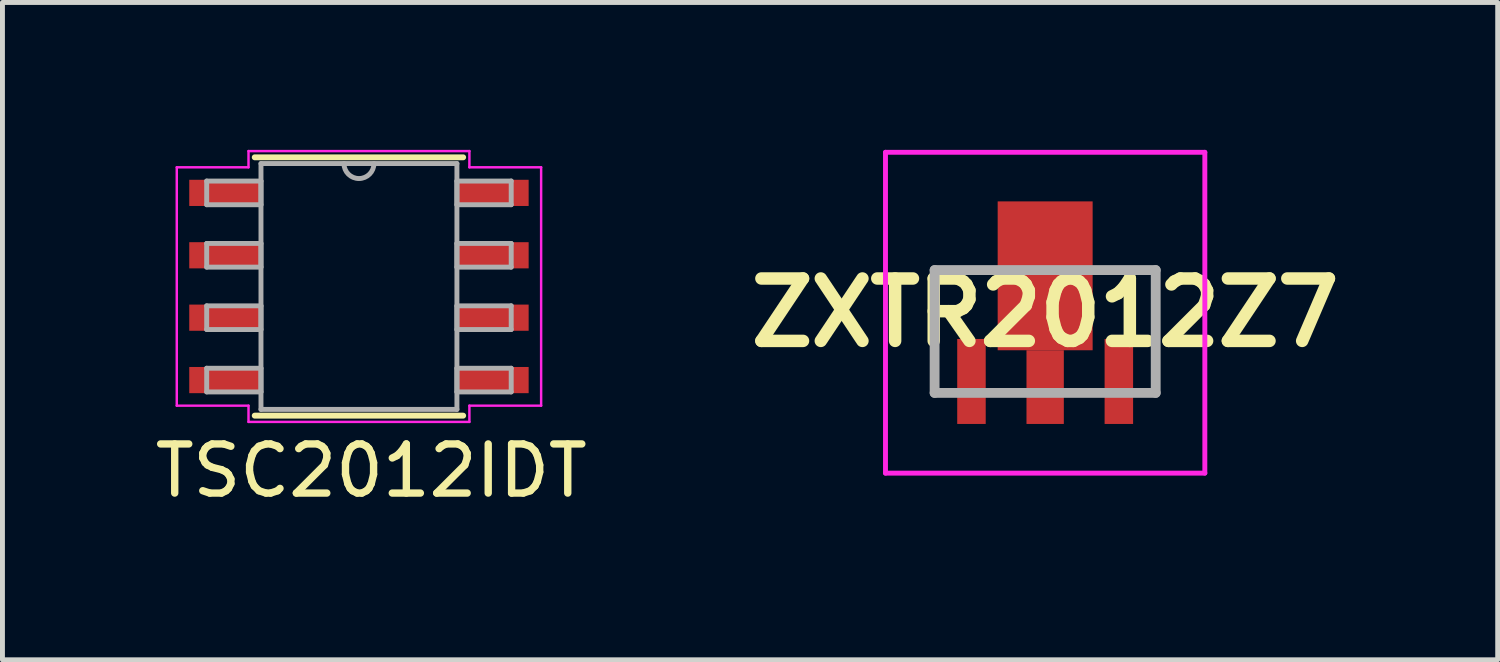
<source format=kicad_pcb>
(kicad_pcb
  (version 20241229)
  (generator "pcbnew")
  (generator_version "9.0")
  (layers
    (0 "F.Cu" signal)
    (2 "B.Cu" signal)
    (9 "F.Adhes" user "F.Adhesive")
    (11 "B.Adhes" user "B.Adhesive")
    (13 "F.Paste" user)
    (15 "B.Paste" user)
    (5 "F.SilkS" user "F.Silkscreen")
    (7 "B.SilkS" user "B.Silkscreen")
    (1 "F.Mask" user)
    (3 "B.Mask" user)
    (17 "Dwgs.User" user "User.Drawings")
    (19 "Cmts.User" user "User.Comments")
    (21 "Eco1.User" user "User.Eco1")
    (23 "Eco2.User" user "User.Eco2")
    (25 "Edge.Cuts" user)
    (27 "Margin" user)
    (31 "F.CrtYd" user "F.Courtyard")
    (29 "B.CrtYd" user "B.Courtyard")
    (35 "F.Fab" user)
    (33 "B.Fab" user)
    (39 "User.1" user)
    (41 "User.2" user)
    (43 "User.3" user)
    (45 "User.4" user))
  (footprint "ZXTR2012Z7"
    (layer "F.Cu")
    (at 18.223 3.697)
    (property "Reference" "ZXTR2012Z7" (at 0 -0.383 0) (layer "F.SilkS") (effects (font (size 1.27 1.27) (thickness 0.254))))
    (attr smd)
    (fp_line (start -2.25 -1.25) (end -2.25 1.2) (stroke (width 0.1) (type solid)) (layer "F.SilkS"))
    (fp_line (start -1.2 -1.25) (end -2.25 -1.25) (stroke (width 0.1) (type solid)) (layer "F.SilkS"))
    (fp_line (start 1.2 -1.25) (end 2.25 -1.25) (stroke (width 0.1) (type solid)) (layer "F.SilkS"))
    (fp_line (start 2.25 -1.25) (end 2.25 1.2) (stroke (width 0.1) (type solid)) (layer "F.SilkS"))
    (fp_line (start -3.25 -3.647) (end 3.25 -3.647) (stroke (width 0.1) (type solid)) (layer "F.CrtYd"))
    (fp_line (start -3.25 2.883) (end -3.25 -3.647) (stroke (width 0.1) (type solid)) (layer "F.CrtYd"))
    (fp_line (start 3.25 -3.647) (end 3.25 2.883) (stroke (width 0.1) (type solid)) (layer "F.CrtYd"))
    (fp_line (start 3.25 2.883) (end -3.25 2.883) (stroke (width 0.1) (type solid)) (layer "F.CrtYd"))
    (fp_line (start -2.25 -1.25) (end 2.25 -1.25) (stroke (width 0.2) (type solid)) (layer "F.Fab"))
    (fp_line (start -2.25 1.25) (end -2.25 -1.25) (stroke (width 0.2) (type solid)) (layer "F.Fab"))
    (fp_line (start 2.25 -1.25) (end 2.25 1.25) (stroke (width 0.2) (type solid)) (layer "F.Fab"))
    (fp_line (start 2.25 1.25) (end -2.25 1.25) (stroke (width 0.2) (type solid)) (layer "F.Fab"))
    (pad "1" smd rect (at -1.5 1.017) (size 0.58 1.73) (layers "F.Cu" "F.Mask" "F.Paste"))
    (pad "2" smd rect (at 0 1.132) (size 0.76 1.5) (layers "F.Cu" "F.Mask" "F.Paste"))
    (pad "3" smd rect (at 1.5 1.017) (size 0.58 1.73) (layers "F.Cu" "F.Mask" "F.Paste"))
    (pad "4" smd rect (at 0 -1.133) (size 1.933 3.03) (layers "F.Cu" "F.Mask" "F.Paste")))
  (footprint "TSC2012IDT"
    (layer "F.Cu")
    (at 4.256 2.781)
    (property "Reference" "TSC2012IDT" (at 0.25 3.75 0) (layer "F.SilkS") (effects (font (size 1 1) (thickness 0.15))))
    (attr through_hole)
    (fp_line (start -2.121 2.629) (end 2.121 2.629) (stroke (width 0.12) (type solid)) (layer "F.SilkS"))
    (fp_line (start 2.121 -2.629) (end -2.121 -2.629) (stroke (width 0.12) (type solid)) (layer "F.SilkS"))
    (fp_line (start -3.708 -2.426) (end -2.248 -2.426) (stroke (width 0.05) (type solid)) (layer "F.CrtYd"))
    (fp_line (start -3.708 2.426) (end -3.708 -2.426) (stroke (width 0.05) (type solid)) (layer "F.CrtYd"))
    (fp_line (start -3.708 2.426) (end -2.248 2.426) (stroke (width 0.05) (type solid)) (layer "F.CrtYd"))
    (fp_line (start -2.248 -2.756) (end 2.248 -2.756) (stroke (width 0.05) (type solid)) (layer "F.CrtYd"))
    (fp_line (start -2.248 -2.426) (end -2.248 -2.756) (stroke (width 0.05) (type solid)) (layer "F.CrtYd"))
    (fp_line (start -2.248 2.756) (end -2.248 2.426) (stroke (width 0.05) (type solid)) (layer "F.CrtYd"))
    (fp_line (start 2.248 -2.756) (end 2.248 -2.426) (stroke (width 0.05) (type solid)) (layer "F.CrtYd"))
    (fp_line (start 2.248 2.426) (end 2.248 2.756) (stroke (width 0.05) (type solid)) (layer "F.CrtYd"))
    (fp_line (start 2.248 2.756) (end -2.248 2.756) (stroke (width 0.05) (type solid)) (layer "F.CrtYd"))
    (fp_line (start 3.708 -2.426) (end 2.248 -2.426) (stroke (width 0.05) (type solid)) (layer "F.CrtYd"))
    (fp_line (start 3.708 -2.426) (end 3.708 2.426) (stroke (width 0.05) (type solid)) (layer "F.CrtYd"))
    (fp_line (start 3.708 2.426) (end 2.248 2.426) (stroke (width 0.05) (type solid)) (layer "F.CrtYd"))
    (fp_line (start -3.099 -2.146) (end -3.099 -1.664) (stroke (width 0.1) (type solid)) (layer "F.Fab"))
    (fp_line (start -3.099 -1.664) (end -1.994 -1.664) (stroke (width 0.1) (type solid)) (layer "F.Fab"))
    (fp_line (start -3.099 -0.876) (end -3.099 -0.394) (stroke (width 0.1) (type solid)) (layer "F.Fab"))
    (fp_line (start -3.099 -0.394) (end -1.994 -0.394) (stroke (width 0.1) (type solid)) (layer "F.Fab"))
    (fp_line (start -3.099 0.394) (end -3.099 0.876) (stroke (width 0.1) (type solid)) (layer "F.Fab"))
    (fp_line (start -3.099 0.876) (end -1.994 0.876) (stroke (width 0.1) (type solid)) (layer "F.Fab"))
    (fp_line (start -3.099 1.664) (end -3.099 2.146) (stroke (width 0.1) (type solid)) (layer "F.Fab"))
    (fp_line (start -3.099 2.146) (end -1.994 2.146) (stroke (width 0.1) (type solid)) (layer "F.Fab"))
    (fp_line (start -1.994 -2.502) (end -1.994 2.502) (stroke (width 0.1) (type solid)) (layer "F.Fab"))
    (fp_line (start -1.994 -2.146) (end -3.099 -2.146) (stroke (width 0.1) (type solid)) (layer "F.Fab"))
    (fp_line (start -1.994 -1.664) (end -1.994 -2.146) (stroke (width 0.1) (type solid)) (layer "F.Fab"))
    (fp_line (start -1.994 -0.876) (end -3.099 -0.876) (stroke (width 0.1) (type solid)) (layer "F.Fab"))
    (fp_line (start -1.994 -0.394) (end -1.994 -0.876) (stroke (width 0.1) (type solid)) (layer "F.Fab"))
    (fp_line (start -1.994 0.394) (end -3.099 0.394) (stroke (width 0.1) (type solid)) (layer "F.Fab"))
    (fp_line (start -1.994 0.876) (end -1.994 0.394) (stroke (width 0.1) (type solid)) (layer "F.Fab"))
    (fp_line (start -1.994 1.664) (end -3.099 1.664) (stroke (width 0.1) (type solid)) (layer "F.Fab"))
    (fp_line (start -1.994 2.146) (end -1.994 1.664) (stroke (width 0.1) (type solid)) (layer "F.Fab"))
    (fp_line (start -1.994 2.502) (end 1.994 2.502) (stroke (width 0.1) (type solid)) (layer "F.Fab"))
    (fp_line (start 1.994 -2.502) (end -1.994 -2.502) (stroke (width 0.1) (type solid)) (layer "F.Fab"))
    (fp_line (start 1.994 -2.146) (end 1.994 -1.664) (stroke (width 0.1) (type solid)) (layer "F.Fab"))
    (fp_line (start 1.994 -1.664) (end 3.099 -1.664) (stroke (width 0.1) (type solid)) (layer "F.Fab"))
    (fp_line (start 1.994 -0.876) (end 1.994 -0.394) (stroke (width 0.1) (type solid)) (layer "F.Fab"))
    (fp_line (start 1.994 -0.394) (end 3.099 -0.394) (stroke (width 0.1) (type solid)) (layer "F.Fab"))
    (fp_line (start 1.994 0.394) (end 1.994 0.876) (stroke (width 0.1) (type solid)) (layer "F.Fab"))
    (fp_line (start 1.994 0.876) (end 3.099 0.876) (stroke (width 0.1) (type solid)) (layer "F.Fab"))
    (fp_line (start 1.994 1.664) (end 1.994 2.146) (stroke (width 0.1) (type solid)) (layer "F.Fab"))
    (fp_line (start 1.994 2.146) (end 3.099 2.146) (stroke (width 0.1) (type solid)) (layer "F.Fab"))
    (fp_line (start 1.994 2.502) (end 1.994 -2.502) (stroke (width 0.1) (type solid)) (layer "F.Fab"))
    (fp_line (start 3.099 -2.146) (end 1.994 -2.146) (stroke (width 0.1) (type solid)) (layer "F.Fab"))
    (fp_line (start 3.099 -1.664) (end 3.099 -2.146) (stroke (width 0.1) (type solid)) (layer "F.Fab"))
    (fp_line (start 3.099 -0.876) (end 1.994 -0.876) (stroke (width 0.1) (type solid)) (layer "F.Fab"))
    (fp_line (start 3.099 -0.394) (end 3.099 -0.876) (stroke (width 0.1) (type solid)) (layer "F.Fab"))
    (fp_line (start 3.099 0.394) (end 1.994 0.394) (stroke (width 0.1) (type solid)) (layer "F.Fab"))
    (fp_line (start 3.099 0.876) (end 3.099 0.394) (stroke (width 0.1) (type solid)) (layer "F.Fab"))
    (fp_line (start 3.099 1.664) (end 1.994 1.664) (stroke (width 0.1) (type solid)) (layer "F.Fab"))
    (fp_line (start 3.099 2.146) (end 3.099 1.664) (stroke (width 0.1) (type solid)) (layer "F.Fab"))
    (fp_arc (start 0.3048 -2.5019) (mid 0 -2.1971) (end -0.3048 -2.5019) (stroke (width 0.1) (type solid)) (layer "F.Fab"))
    (pad "1" smd rect (at -2.724 -1.905) (size 1.46 0.533) (layers "F.Cu" "F.Mask" "F.Paste"))
    (pad "2" smd rect (at -2.724 -0.635) (size 1.46 0.533) (layers "F.Cu" "F.Mask" "F.Paste"))
    (pad "3" smd rect (at -2.724 0.635) (size 1.46 0.533) (layers "F.Cu" "F.Mask" "F.Paste"))
    (pad "4" smd rect (at -2.724 1.905) (size 1.46 0.533) (layers "F.Cu" "F.Mask" "F.Paste"))
    (pad "5" smd rect (at 2.724 1.905) (size 1.46 0.533) (layers "F.Cu" "F.Mask" "F.Paste"))
    (pad "6" smd rect (at 2.724 0.635) (size 1.46 0.533) (layers "F.Cu" "F.Mask" "F.Paste"))
    (pad "7" smd rect (at 2.724 -0.635) (size 1.46 0.533) (layers "F.Cu" "F.Mask" "F.Paste"))
    (pad "8" smd rect (at 2.724 -1.905) (size 1.46 0.533) (layers "F.Cu" "F.Mask" "F.Paste")))
  (gr_rect
    (start -3 -3)
    (end 27.434 10.379)
    (stroke (width 0.1) (type default))
    (fill no)
    (layer "Edge.Cuts")))
</source>
